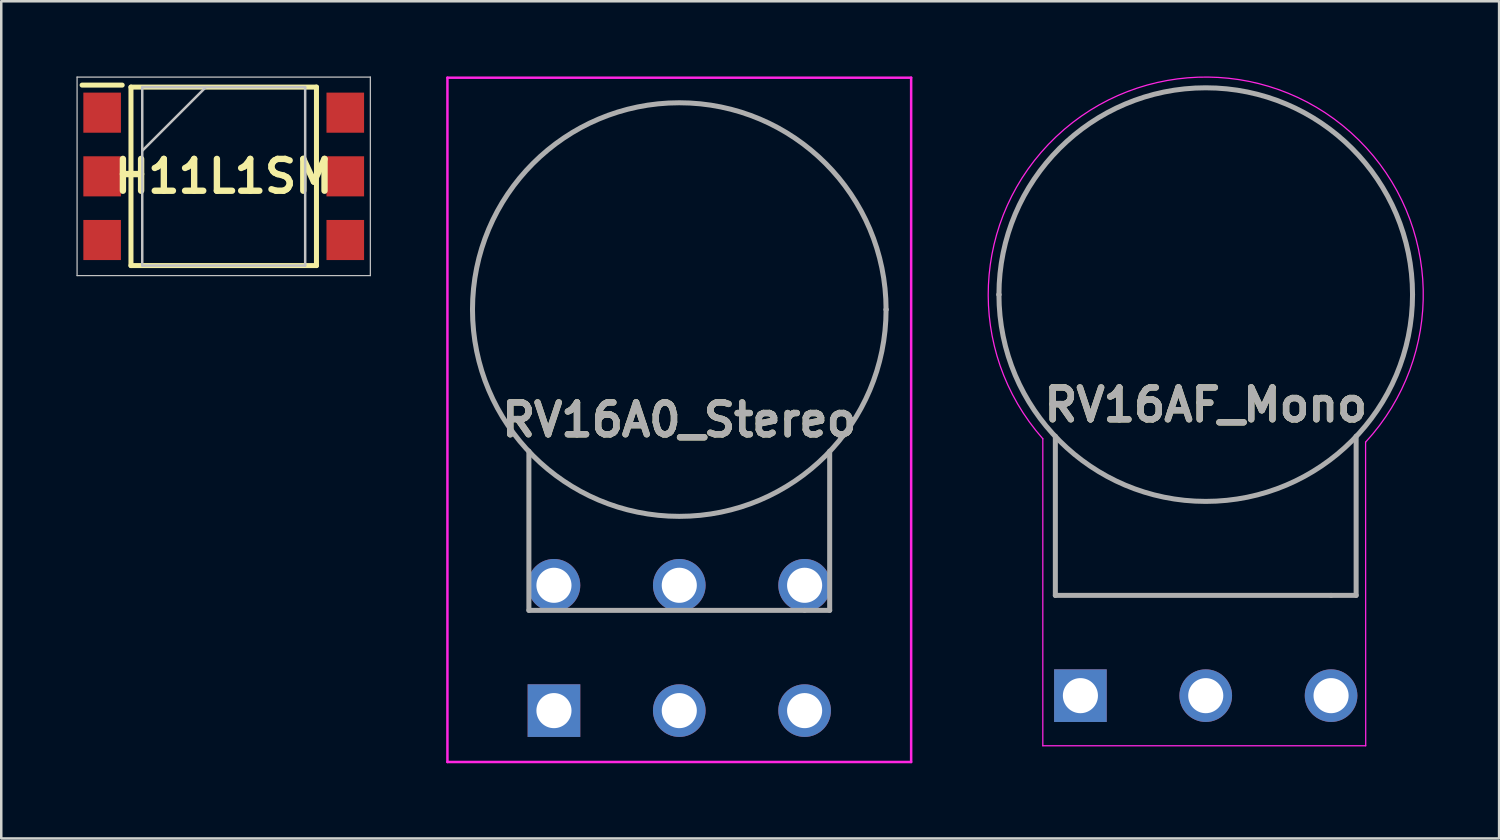
<source format=kicad_pcb>
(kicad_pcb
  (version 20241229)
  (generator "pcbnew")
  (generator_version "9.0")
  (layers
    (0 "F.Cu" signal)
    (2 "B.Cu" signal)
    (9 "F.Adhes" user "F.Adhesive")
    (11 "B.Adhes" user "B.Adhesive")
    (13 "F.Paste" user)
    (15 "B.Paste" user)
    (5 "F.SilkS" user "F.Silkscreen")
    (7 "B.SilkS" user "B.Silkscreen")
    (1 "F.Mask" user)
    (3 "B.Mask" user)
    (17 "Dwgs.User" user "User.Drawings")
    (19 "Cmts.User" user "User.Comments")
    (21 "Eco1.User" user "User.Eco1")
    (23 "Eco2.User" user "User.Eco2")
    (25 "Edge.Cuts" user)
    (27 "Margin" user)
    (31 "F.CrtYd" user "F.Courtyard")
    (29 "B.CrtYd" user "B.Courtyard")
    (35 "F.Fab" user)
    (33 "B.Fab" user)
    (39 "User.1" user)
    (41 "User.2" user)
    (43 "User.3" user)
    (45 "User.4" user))
  (footprint "RV16A0_Stereo"
    (layer "F.Cu")
    (at 19.05 25.3)
    (property "Reference" "RV16A0_Stereo" (at 5 -11.6 0) (layer "F.SilkS") (effects (font (size 1.27 1.27) (thickness 0.254))))
    (attr through_hole)
    (fp_line (start -1 -10.35) (end -1 -4) (stroke (width 0.1) (type solid)) (layer "F.SilkS"))
    (fp_line (start -1 -4) (end 11 -4) (stroke (width 0.1) (type solid)) (layer "F.SilkS"))
    (fp_line (start 5 -24.25) (end 5 -24.25) (stroke (width 0.1) (type solid)) (layer "F.SilkS"))
    (fp_line (start 5 -7.75) (end 5 -7.75) (stroke (width 0.1) (type solid)) (layer "F.SilkS"))
    (fp_line (start 11 -4) (end 11 -10.35) (stroke (width 0.1) (type solid)) (layer "F.SilkS"))
    (fp_arc (start 5 -24.25) (mid 13.25 -16) (end 5 -7.75) (stroke (width 0.1) (type solid)) (layer "F.SilkS"))
    (fp_arc (start 5 -7.75) (mid -3.25 -16) (end 5 -24.25) (stroke (width 0.1) (type solid)) (layer "F.SilkS"))
    (fp_line (start -4.25 -25.25) (end 14.25 -25.25) (stroke (width 0.1) (type solid)) (layer "F.CrtYd"))
    (fp_line (start -4.25 2.05) (end -4.25 -25.25) (stroke (width 0.1) (type solid)) (layer "F.CrtYd"))
    (fp_line (start 14.25 -25.25) (end 14.25 2.05) (stroke (width 0.1) (type solid)) (layer "F.CrtYd"))
    (fp_line (start 14.25 2.05) (end -4.25 2.05) (stroke (width 0.1) (type solid)) (layer "F.CrtYd"))
    (fp_line (start -3.25 -16) (end -3.25 -16) (stroke (width 0.2) (type solid)) (layer "F.Fab"))
    (fp_line (start -1 -10.35) (end -1 -4) (stroke (width 0.2) (type solid)) (layer "F.Fab"))
    (fp_line (start -1 -4) (end 10 -4) (stroke (width 0.2) (type solid)) (layer "F.Fab"))
    (fp_line (start 10 -4) (end 11 -4) (stroke (width 0.2) (type solid)) (layer "F.Fab"))
    (fp_line (start 11 -4) (end 11 -10.35) (stroke (width 0.2) (type solid)) (layer "F.Fab"))
    (fp_line (start 13.25 -16) (end 13.25 -16) (stroke (width 0.2) (type solid)) (layer "F.Fab"))
    (fp_arc (start -3.25 -16) (mid 5 -24.25) (end 13.25 -16) (stroke (width 0.2) (type solid)) (layer "F.Fab"))
    (fp_arc (start 13.25 -16) (mid 5 -7.75) (end -3.25 -16) (stroke (width 0.2) (type solid)) (layer "F.Fab"))
    (fp_text user "${REFERENCE}" (at 5 -11.6 0) (layer "F.Fab") (effects (font (size 1.27 1.27) (thickness 0.254))))
    (pad "1" thru_hole rect (at 0 0) (size 2.1 2.1) (drill 1.4) (layers "*.Cu" "*.Mask"))
    (pad "2" thru_hole circle (at 5 0) (size 2.1 2.1) (drill 1.4) (layers "*.Cu" "*.Mask"))
    (pad "3" thru_hole circle (at 10 0) (size 2.1 2.1) (drill 1.4) (layers "*.Cu" "*.Mask"))
    (pad "4" thru_hole circle (at 0 -5) (size 2.1 2.1) (drill 1.4) (layers "*.Cu" "*.Mask"))
    (pad "5" thru_hole circle (at 5 -5) (size 2.1 2.1) (drill 1.4) (layers "*.Cu" "*.Mask"))
    (pad "6" thru_hole circle (at 10 -5) (size 2.1 2.1) (drill 1.4) (layers "*.Cu" "*.Mask")))
  (footprint "RV16AF_Mono"
    (layer "F.Cu")
    (at 40.053 24.703)
    (property "Reference" "RV16AF_Mono" (at 5 -11.6 0) (layer "F.SilkS") (effects (font (size 1.27 1.27) (thickness 0.254))))
    (attr through_hole)
    (fp_line (start -1 -10.35) (end -1 -4) (stroke (width 0.1) (type solid)) (layer "F.SilkS"))
    (fp_line (start -1 -4) (end 11 -4) (stroke (width 0.1) (type solid)) (layer "F.SilkS"))
    (fp_line (start 5 -24.25) (end 5 -24.25) (stroke (width 0.1) (type solid)) (layer "F.SilkS"))
    (fp_line (start 5 -7.75) (end 5 -7.75) (stroke (width 0.1) (type solid)) (layer "F.SilkS"))
    (fp_line (start 11 -4) (end 11 -10.35) (stroke (width 0.1) (type solid)) (layer "F.SilkS"))
    (fp_arc (start 5 -24.25) (mid 13.25 -16) (end 5 -7.75) (stroke (width 0.1) (type solid)) (layer "F.SilkS"))
    (fp_arc (start 5 -7.75) (mid -3.25 -16) (end 5 -24.25) (stroke (width 0.1) (type solid)) (layer "F.SilkS"))
    (fp_line (start -1.5 2) (end 11.382 2) (stroke (width 0.05) (type default)) (layer "F.CrtYd"))
    (fp_line (start -1.5 -10.25) (end -1.5 2) (stroke (width 0.05) (type default)) (layer "F.CrtYd"))
    (fp_line (start 11.377 -10.114) (end 11.382 2) (stroke (width 0.05) (type default)) (layer "F.CrtYd"))
    (fp_arc (start -1.499999 -10.250001) (mid 5.091855 -24.67779) (end 11.376828 -10.1137) (stroke (width 0.05) (type default)) (layer "F.CrtYd"))
    (fp_line (start -3.25 -16) (end -3.25 -16) (stroke (width 0.2) (type solid)) (layer "F.Fab"))
    (fp_line (start -1 -10.35) (end -1 -4) (stroke (width 0.2) (type solid)) (layer "F.Fab"))
    (fp_line (start -1 -4) (end 10 -4) (stroke (width 0.2) (type solid)) (layer "F.Fab"))
    (fp_line (start 10 -4) (end 11 -4) (stroke (width 0.2) (type solid)) (layer "F.Fab"))
    (fp_line (start 11 -4) (end 11 -10.35) (stroke (width 0.2) (type solid)) (layer "F.Fab"))
    (fp_line (start 13.25 -16) (end 13.25 -16) (stroke (width 0.2) (type solid)) (layer "F.Fab"))
    (fp_arc (start -3.25 -16) (mid 5 -24.25) (end 13.25 -16) (stroke (width 0.2) (type solid)) (layer "F.Fab"))
    (fp_arc (start 13.25 -16) (mid 5 -7.75) (end -3.25 -16) (stroke (width 0.2) (type solid)) (layer "F.Fab"))
    (fp_text user "${REFERENCE}" (at 5 -11.6 0) (layer "F.Fab") (effects (font (size 1.27 1.27) (thickness 0.254))))
    (pad "1" thru_hole rect (at 0 0) (size 2.1 2.1) (drill 1.4) (layers "*.Cu" "*.Mask"))
    (pad "2" thru_hole circle (at 5 0) (size 2.1 2.1) (drill 1.4) (layers "*.Cu" "*.Mask"))
    (pad "3" thru_hole circle (at 10 0) (size 2.1 2.1) (drill 1.4) (layers "*.Cu" "*.Mask")))
  (footprint "H11L1SM"
    (layer "F.Cu")
    (at 5.875 3.985)
    (property "Reference" "H11L1SM" (at 0 0 0) (layer "F.SilkS") (effects (font (size 1.27 1.27) (thickness 0.254))))
    (attr smd)
    (fp_line (start -5.65 -3.64) (end -4.05 -3.64) (stroke (width 0.2) (type solid)) (layer "F.SilkS"))
    (fp_line (start -3.7 -3.56) (end 3.7 -3.56) (stroke (width 0.2) (type solid)) (layer "F.SilkS"))
    (fp_line (start -3.7 3.56) (end -3.7 -3.56) (stroke (width 0.2) (type solid)) (layer "F.SilkS"))
    (fp_line (start 3.7 -3.56) (end 3.7 3.56) (stroke (width 0.2) (type solid)) (layer "F.SilkS"))
    (fp_line (start 3.7 3.56) (end -3.7 3.56) (stroke (width 0.2) (type solid)) (layer "F.SilkS"))
    (fp_line (start -5.85 -3.96) (end 5.85 -3.96) (stroke (width 0.05) (type solid)) (layer "Dwgs.User"))
    (fp_line (start -5.85 3.96) (end -5.85 -3.96) (stroke (width 0.05) (type solid)) (layer "Dwgs.User"))
    (fp_line (start -3.25 -3.56) (end 3.25 -3.56) (stroke (width 0.1) (type solid)) (layer "Dwgs.User"))
    (fp_line (start -3.25 -1.02) (end -0.71 -3.56) (stroke (width 0.1) (type solid)) (layer "Dwgs.User"))
    (fp_line (start -3.25 3.56) (end -3.25 -3.56) (stroke (width 0.1) (type solid)) (layer "Dwgs.User"))
    (fp_line (start 3.25 -3.56) (end 3.25 3.56) (stroke (width 0.1) (type solid)) (layer "Dwgs.User"))
    (fp_line (start 3.25 3.56) (end -3.25 3.56) (stroke (width 0.1) (type solid)) (layer "Dwgs.User"))
    (fp_line (start 5.85 -3.96) (end 5.85 3.96) (stroke (width 0.05) (type solid)) (layer "Dwgs.User"))
    (fp_line (start 5.85 3.96) (end -5.85 3.96) (stroke (width 0.05) (type solid)) (layer "Dwgs.User"))
    (pad "1" smd rect (at -4.85 -2.54) (size 1.5 1.6) (layers "F.Cu" "F.Mask" "F.Paste"))
    (pad "2" smd rect (at -4.85 0) (size 1.5 1.6) (layers "F.Cu" "F.Mask" "F.Paste"))
    (pad "3" smd rect (at -4.85 2.54) (size 1.5 1.6) (layers "F.Cu" "F.Mask" "F.Paste"))
    (pad "4" smd rect (at 4.85 2.54) (size 1.5 1.6) (layers "F.Cu" "F.Mask" "F.Paste"))
    (pad "5" smd rect (at 4.85 0) (size 1.5 1.6) (layers "F.Cu" "F.Mask" "F.Paste"))
    (pad "6" smd rect (at 4.85 -2.54) (size 1.5 1.6) (layers "F.Cu" "F.Mask" "F.Paste")))
  (gr_rect
    (start -3 -3)
    (end 56.757 30.4)
    (stroke (width 0.1) (type default))
    (fill no)
    (layer "Edge.Cuts")))
</source>
